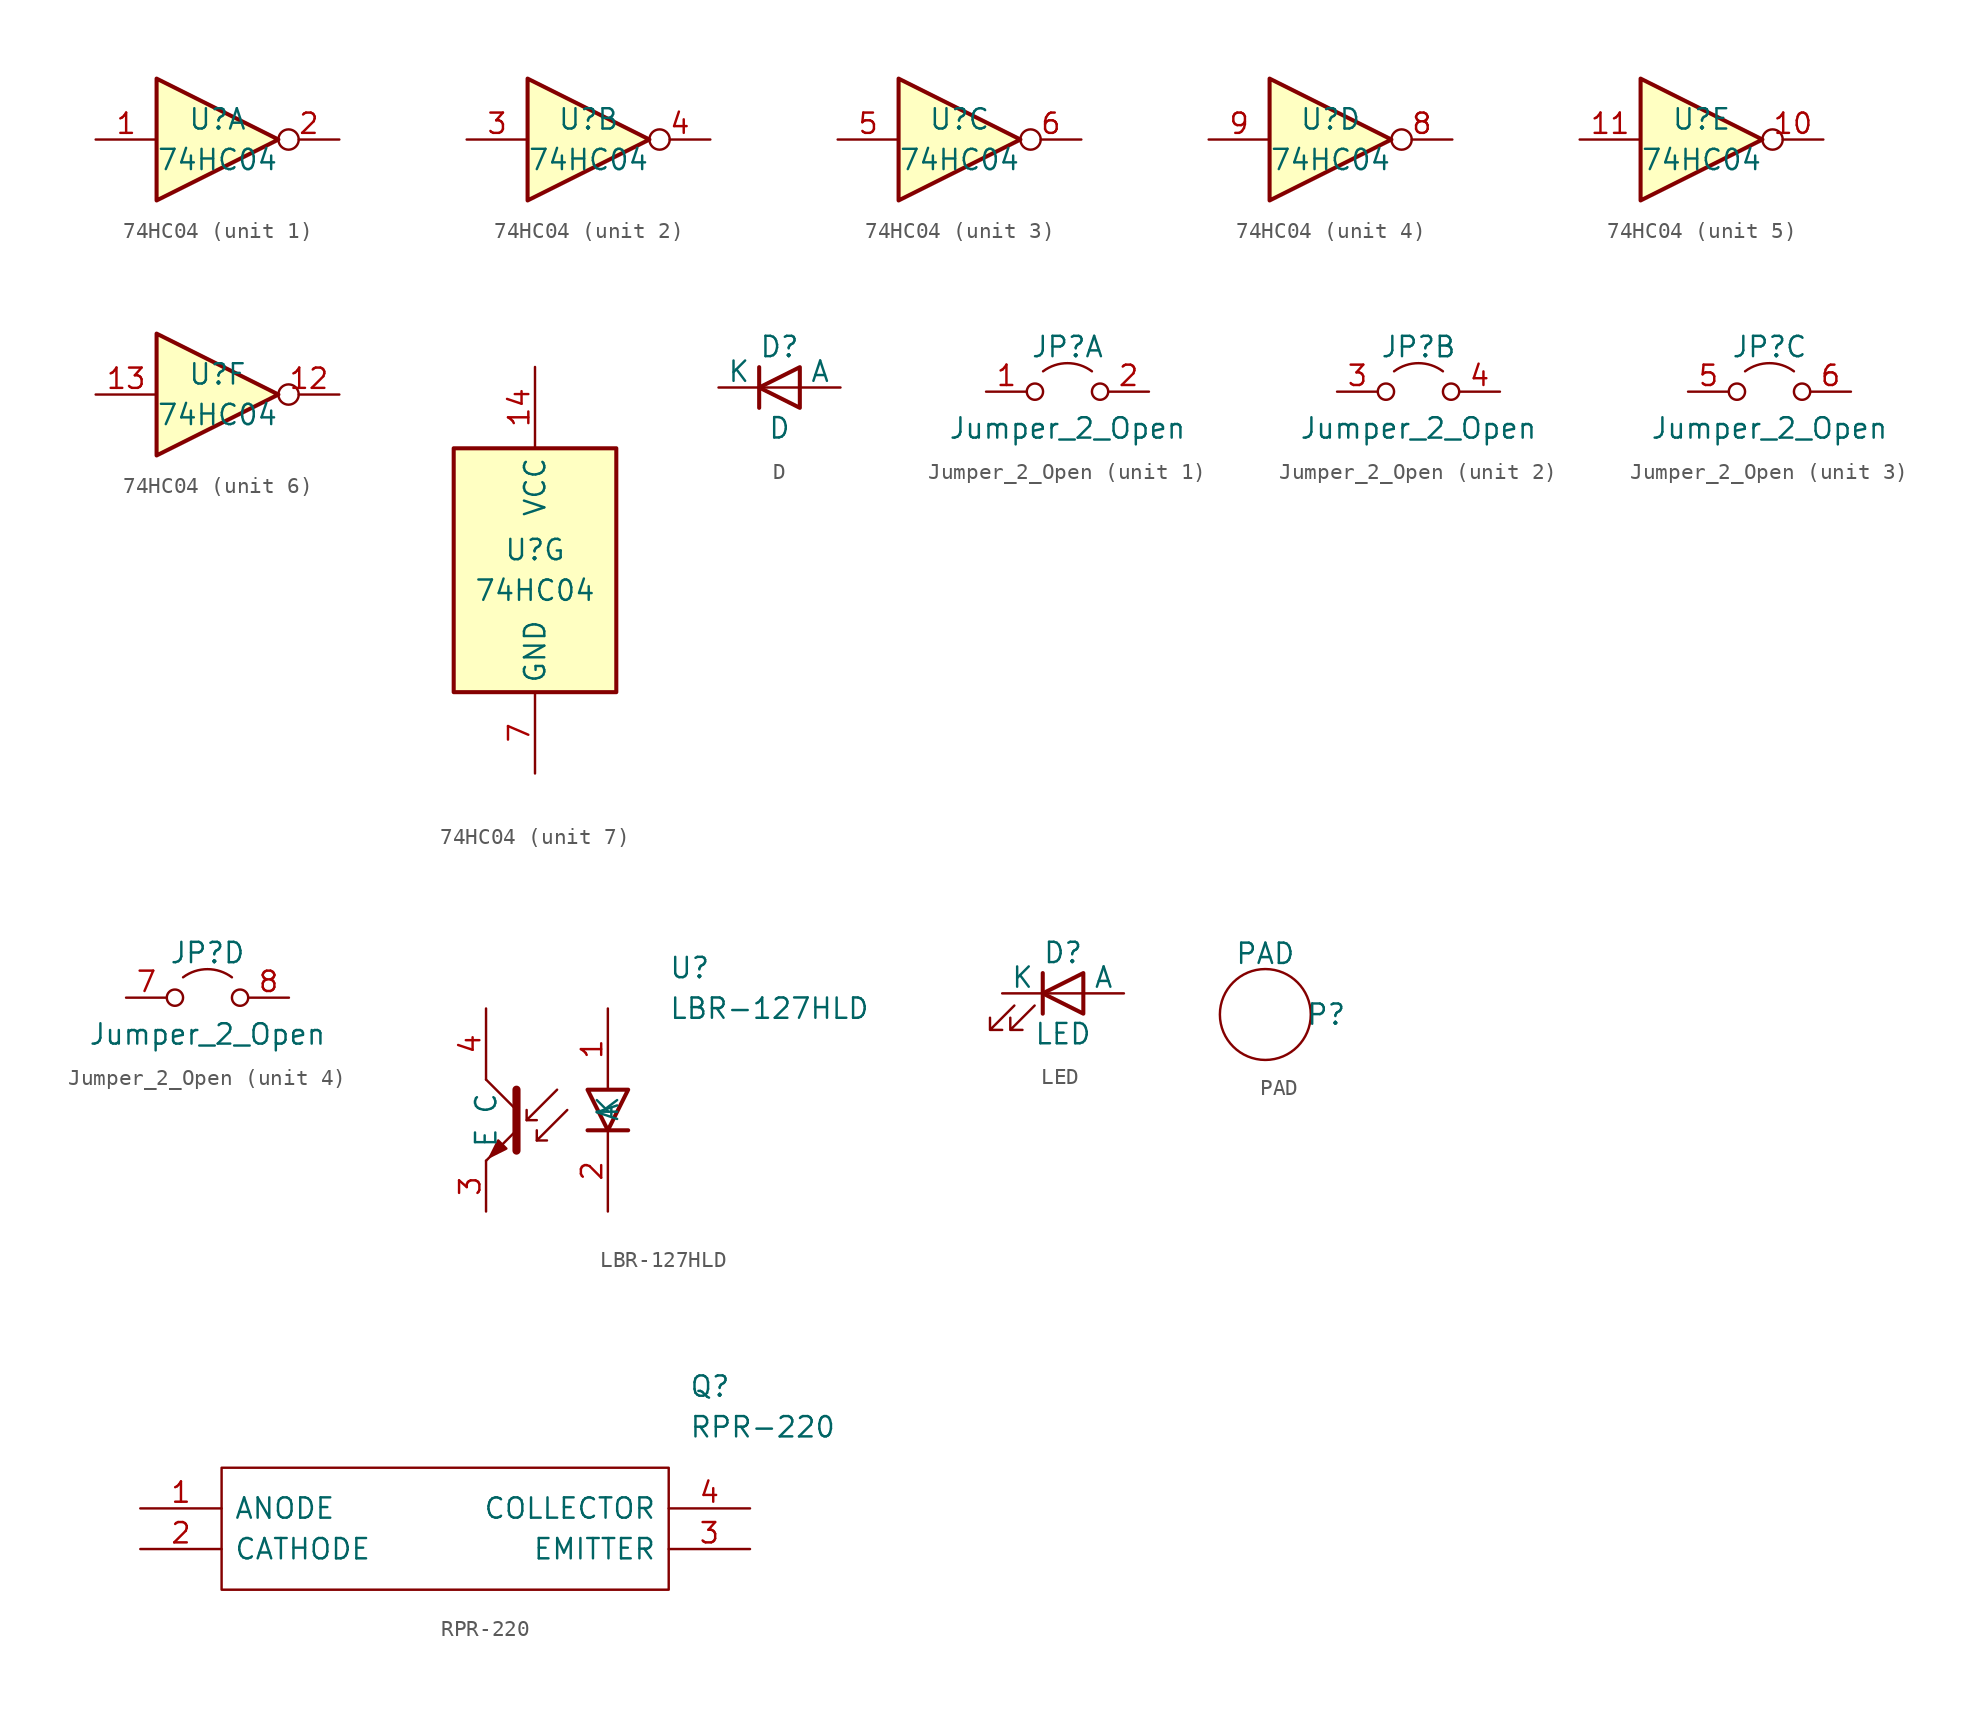
<source format=kicad_sym>
(kicad_symbol_lib
  (version 20211014)
  (generator kicad_symbol_editor)
  (symbol "74HC04"
    (property "Reference" "U"
      (at 0 1.27 0)
      (effects (font (size 1.27 1.27))))
    (property "Value" "74HC04"
      (at 0 -1.27 0)
      (effects (font (size 1.27 1.27))))
    (property "ki_locked" ""
      (at 0 0 0)
      (effects (font (size 1.27 1.27))))
    (symbol "74HC04_1_0"
      (polyline (pts (xy -3.81 3.81) (xy -3.81 -3.81) (xy 3.81 0) (xy -3.81 3.81)) (stroke (width 0.254) (type default) (color 0 0 0 0)) (fill (type background)))
      (pin input line (at -7.62 0 0) (length 3.81) (name "~" (effects (font (size 1.27 1.27)))) (number "1" (effects (font (size 1.27 1.27)))))
      (pin output inverted (at 7.62 0 180) (length 3.81) (name "~" (effects (font (size 1.27 1.27)))) (number "2" (effects (font (size 1.27 1.27))))))
    (symbol "74HC04_2_0"
      (polyline (pts (xy -3.81 3.81) (xy -3.81 -3.81) (xy 3.81 0) (xy -3.81 3.81)) (stroke (width 0.254) (type default) (color 0 0 0 0)) (fill (type background)))
      (pin input line (at -7.62 0 0) (length 3.81) (name "~" (effects (font (size 1.27 1.27)))) (number "3" (effects (font (size 1.27 1.27)))))
      (pin output inverted (at 7.62 0 180) (length 3.81) (name "~" (effects (font (size 1.27 1.27)))) (number "4" (effects (font (size 1.27 1.27))))))
    (symbol "74HC04_3_0"
      (polyline (pts (xy -3.81 3.81) (xy -3.81 -3.81) (xy 3.81 0) (xy -3.81 3.81)) (stroke (width 0.254) (type default) (color 0 0 0 0)) (fill (type background)))
      (pin input line (at -7.62 0 0) (length 3.81) (name "~" (effects (font (size 1.27 1.27)))) (number "5" (effects (font (size 1.27 1.27)))))
      (pin output inverted (at 7.62 0 180) (length 3.81) (name "~" (effects (font (size 1.27 1.27)))) (number "6" (effects (font (size 1.27 1.27))))))
    (symbol "74HC04_4_0"
      (polyline (pts (xy -3.81 3.81) (xy -3.81 -3.81) (xy 3.81 0) (xy -3.81 3.81)) (stroke (width 0.254) (type default) (color 0 0 0 0)) (fill (type background)))
      (pin output inverted (at 7.62 0 180) (length 3.81) (name "~" (effects (font (size 1.27 1.27)))) (number "8" (effects (font (size 1.27 1.27)))))
      (pin input line (at -7.62 0 0) (length 3.81) (name "~" (effects (font (size 1.27 1.27)))) (number "9" (effects (font (size 1.27 1.27))))))
    (symbol "74HC04_5_0"
      (polyline (pts (xy -3.81 3.81) (xy -3.81 -3.81) (xy 3.81 0) (xy -3.81 3.81)) (stroke (width 0.254) (type default) (color 0 0 0 0)) (fill (type background)))
      (pin output inverted (at 7.62 0 180) (length 3.81) (name "~" (effects (font (size 1.27 1.27)))) (number "10" (effects (font (size 1.27 1.27)))))
      (pin input line (at -7.62 0 0) (length 3.81) (name "~" (effects (font (size 1.27 1.27)))) (number "11" (effects (font (size 1.27 1.27))))))
    (symbol "74HC04_6_0"
      (polyline (pts (xy -3.81 3.81) (xy -3.81 -3.81) (xy 3.81 0) (xy -3.81 3.81)) (stroke (width 0.254) (type default) (color 0 0 0 0)) (fill (type background)))
      (pin output inverted (at 7.62 0 180) (length 3.81) (name "~" (effects (font (size 1.27 1.27)))) (number "12" (effects (font (size 1.27 1.27)))))
      (pin input line (at -7.62 0 0) (length 3.81) (name "~" (effects (font (size 1.27 1.27)))) (number "13" (effects (font (size 1.27 1.27))))))
    (symbol "74HC04_7_0"
      (pin power_in line (at 0 12.7 270) (length 5.08) (name "VCC" (effects (font (size 1.27 1.27)))) (number "14" (effects (font (size 1.27 1.27)))))
      (pin power_in line (at 0 -12.7 90) (length 5.08) (name "GND" (effects (font (size 1.27 1.27)))) (number "7" (effects (font (size 1.27 1.27))))))
    (symbol "74HC04_7_1"
      (rectangle (start -5.08 7.62) (end 5.08 -7.62) (stroke (width 0.254) (type default) (color 0 0 0 0)) (fill (type background)))))
  (symbol "D"
    (pin_numbers hide)
    (pin_names
      (offset 0))
    (property "Reference" "D"
      (at 0 2.54 0)
      (effects (font (size 1.27 1.27))))
    (property "Value" "D"
      (at 0 -2.54 0)
      (effects (font (size 1.27 1.27))))
    (symbol "D_0_1"
      (polyline (pts (xy -1.27 1.27) (xy -1.27 -1.27)) (stroke (width 0.254) (type default) (color 0 0 0 0)) (fill (type none)))
      (polyline (pts (xy 1.27 0) (xy -1.27 0)) (stroke (width 0) (type default) (color 0 0 0 0)) (fill (type none)))
      (polyline (pts (xy 1.27 1.27) (xy 1.27 -1.27) (xy -1.27 0) (xy 1.27 1.27)) (stroke (width 0.254) (type default) (color 0 0 0 0)) (fill (type none))))
    (symbol "D_1_1"
      (pin passive line (at -3.81 0 0) (length 2.54) (name "K" (effects (font (size 1.27 1.27)))) (number "1" (effects (font (size 1.27 1.27)))))
      (pin passive line (at 3.81 0 180) (length 2.54) (name "A" (effects (font (size 1.27 1.27)))) (number "2" (effects (font (size 1.27 1.27)))))))
  (symbol "Jumper_2_Open"
    (pin_names
      (offset 0) hide)
    (property "Reference" "JP"
      (at 0 2.794 0)
      (effects (font (size 1.27 1.27))))
    (property "Value" "Jumper_2_Open"
      (at 0 -2.286 0)
      (effects (font (size 1.27 1.27))))
    (symbol "Jumper_2_Open_0_0"
      (circle (center -2.032 0) (radius 0.508) (stroke (width 0) (type default) (color 0 0 0 0)) (fill (type none)))
      (circle (center 2.032 0) (radius 0.508) (stroke (width 0) (type default) (color 0 0 0 0)) (fill (type none))))
    (symbol "Jumper_2_Open_0_1"
      (arc (start 1.524 1.27) (mid 0 1.778) (end -1.524 1.27) (stroke (width 0) (type default) (color 0 0 0 0)) (fill (type none))))
    (symbol "Jumper_2_Open_1_1"
      (pin passive line (at -5.08 0 0) (length 2.54) (name "A" (effects (font (size 1.27 1.27)))) (number "1" (effects (font (size 1.27 1.27)))))
      (pin passive line (at 5.08 0 180) (length 2.54) (name "B" (effects (font (size 1.27 1.27)))) (number "2" (effects (font (size 1.27 1.27))))))
    (symbol "Jumper_2_Open_2_1"
      (pin passive line (at -5.08 0 0) (length 2.54) (name "A" (effects (font (size 1.27 1.27)))) (number "3" (effects (font (size 1.27 1.27)))))
      (pin passive line (at 5.08 0 180) (length 2.54) (name "B" (effects (font (size 1.27 1.27)))) (number "4" (effects (font (size 1.27 1.27))))))
    (symbol "Jumper_2_Open_3_1"
      (pin passive line (at -5.08 0 0) (length 2.54) (name "A" (effects (font (size 1.27 1.27)))) (number "5" (effects (font (size 1.27 1.27)))))
      (pin passive line (at 5.08 0 180) (length 2.54) (name "B" (effects (font (size 1.27 1.27)))) (number "6" (effects (font (size 1.27 1.27))))))
    (symbol "Jumper_2_Open_4_1"
      (pin passive line (at -5.08 0 0) (length 2.54) (name "A" (effects (font (size 1.27 1.27)))) (number "7" (effects (font (size 1.27 1.27)))))
      (pin passive line (at 5.08 0 180) (length 2.54) (name "B" (effects (font (size 1.27 1.27)))) (number "8" (effects (font (size 1.27 1.27)))))))
  (symbol "LBR-127HLD"
    (pin_names
      (offset 0.762))
    (property "Reference" "U"
      (at 11.43 15.24 0)
      (effects (font (size 1.27 1.27)) (justify left)))
    (property "Value" "LBR-127HLD"
      (at 11.43 12.7 0)
      (effects (font (size 1.27 1.27)) (justify left)))
    (symbol "LBR-127HLD_0_1"
      (polyline (pts (xy 1.905 6.35) (xy 0 8.255)) (stroke (width 0) (type default) (color 0 0 0 0)) (fill (type none)))
      (polyline (pts (xy 2.54 5.715) (xy 3.175 5.715)) (stroke (width 0) (type default) (color 0 0 0 0)) (fill (type none)))
      (polyline (pts (xy 3.175 4.445) (xy 3.81 4.445)) (stroke (width 0) (type default) (color 0 0 0 0)) (fill (type none)))
      (polyline (pts (xy 6.35 5.08) (xy 8.89 5.08)) (stroke (width 0.254) (type default) (color 0 0 0 0)) (fill (type none)))
      (polyline (pts (xy 1.905 5.08) (xy 0 3.175) (xy 0 3.175)) (stroke (width 0) (type default) (color 0 0 0 0)) (fill (type none)))
      (polyline (pts (xy 1.905 7.62) (xy 1.905 3.81) (xy 1.905 3.81)) (stroke (width 0.508) (type default) (color 0 0 0 0)) (fill (type none)))
      (polyline (pts (xy 4.445 7.62) (xy 2.54 5.715) (xy 2.54 6.35)) (stroke (width 0) (type default) (color 0 0 0 0)) (fill (type none)))
      (polyline (pts (xy 5.08 6.35) (xy 3.175 4.445) (xy 3.175 5.08)) (stroke (width 0) (type default) (color 0 0 0 0)) (fill (type none)))
      (polyline (pts (xy 8.89 7.62) (xy 6.35 7.62) (xy 7.62 5.08) (xy 8.89 7.62)) (stroke (width 0.254) (type default) (color 0 0 0 0)) (fill (type none)))
      (polyline (pts (xy 1.27 3.937) (xy 0.762 4.445) (xy 0.254 3.429) (xy 1.27 3.937) (xy 1.27 3.937)) (stroke (width 0) (type default) (color 0 0 0 0)) (fill (type outline))))
    (symbol "LBR-127HLD_1_1"
      (pin passive line (at 7.62 12.7 270) (length 5.08) (name "A" (effects (font (size 1.27 1.27)))) (number "1" (effects (font (size 1.27 1.27)))))
      (pin passive line (at 7.62 0 90) (length 5.08) (name "K" (effects (font (size 1.27 1.27)))) (number "2" (effects (font (size 1.27 1.27)))))
      (pin passive line (at 0 0 90) (length 3.175) (name "E" (effects (font (size 1.27 1.27)))) (number "3" (effects (font (size 1.27 1.27)))))
      (pin passive line (at 0 12.7 270) (length 4.445) (name "C" (effects (font (size 1.27 1.27)))) (number "4" (effects (font (size 1.27 1.27)))))))
  (symbol "LED"
    (pin_numbers hide)
    (pin_names
      (offset 0))
    (property "Reference" "D"
      (at 0 2.54 0)
      (effects (font (size 1.27 1.27))))
    (property "Value" "LED"
      (at 0 -2.54 0)
      (effects (font (size 1.27 1.27))))
    (symbol "LED_0_1"
      (polyline (pts (xy -1.27 -1.27) (xy -1.27 1.27)) (stroke (width 0.254) (type default) (color 0 0 0 0)) (fill (type none)))
      (polyline (pts (xy -1.27 0) (xy 1.27 0)) (stroke (width 0) (type default) (color 0 0 0 0)) (fill (type none)))
      (polyline (pts (xy 1.27 -1.27) (xy 1.27 1.27) (xy -1.27 0) (xy 1.27 -1.27)) (stroke (width 0.254) (type default) (color 0 0 0 0)) (fill (type none)))
      (polyline (pts (xy -3.048 -0.762) (xy -4.572 -2.286) (xy -3.81 -2.286) (xy -4.572 -2.286) (xy -4.572 -1.524)) (stroke (width 0) (type default) (color 0 0 0 0)) (fill (type none)))
      (polyline (pts (xy -1.778 -0.762) (xy -3.302 -2.286) (xy -2.54 -2.286) (xy -3.302 -2.286) (xy -3.302 -1.524)) (stroke (width 0) (type default) (color 0 0 0 0)) (fill (type none))))
    (symbol "LED_1_1"
      (pin passive line (at -3.81 0 0) (length 2.54) (name "K" (effects (font (size 1.27 1.27)))) (number "1" (effects (font (size 1.27 1.27)))))
      (pin passive line (at 3.81 0 180) (length 2.54) (name "A" (effects (font (size 1.27 1.27)))) (number "2" (effects (font (size 1.27 1.27)))))))
  (symbol "PAD"
    (pin_names
      (offset 0))
    (property "Reference" "P"
      (at 3.81 0 0)
      (effects (font (size 1.27 1.27))))
    (property "Value" "PAD"
      (at 0 3.81 0)
      (effects (font (size 1.27 1.27))))
    (symbol "PAD_0_1"
      (circle (center 0 0) (radius 2.845) (stroke (width 0) (type default) (color 0 0 0 0)) (fill (type none)))))
  (symbol "RPR-220"
    (pin_names
      (offset 0.762))
    (property "Reference" "Q"
      (at 34.29 7.62 0)
      (effects (font (size 1.27 1.27)) (justify left)))
    (property "Value" "RPR-220"
      (at 34.29 5.08 0)
      (effects (font (size 1.27 1.27)) (justify left)))
    (symbol "RPR-220_0_0"
      (pin passive line (at 0 0 0) (length 5.08) (name "ANODE" (effects (font (size 1.27 1.27)))) (number "1" (effects (font (size 1.27 1.27)))))
      (pin passive line (at 0 -2.54 0) (length 5.08) (name "CATHODE" (effects (font (size 1.27 1.27)))) (number "2" (effects (font (size 1.27 1.27)))))
      (pin passive line (at 38.1 -2.54 180) (length 5.08) (name "EMITTER" (effects (font (size 1.27 1.27)))) (number "3" (effects (font (size 1.27 1.27)))))
      (pin passive line (at 38.1 0 180) (length 5.08) (name "COLLECTOR" (effects (font (size 1.27 1.27)))) (number "4" (effects (font (size 1.27 1.27))))))
    (symbol "RPR-220_0_1"
      (polyline (pts (xy 5.08 2.54) (xy 33.02 2.54) (xy 33.02 -5.08) (xy 5.08 -5.08) (xy 5.08 2.54)) (stroke (width 0.152) (type default) (color 0 0 0 0)) (fill (type none))))))
</source>
